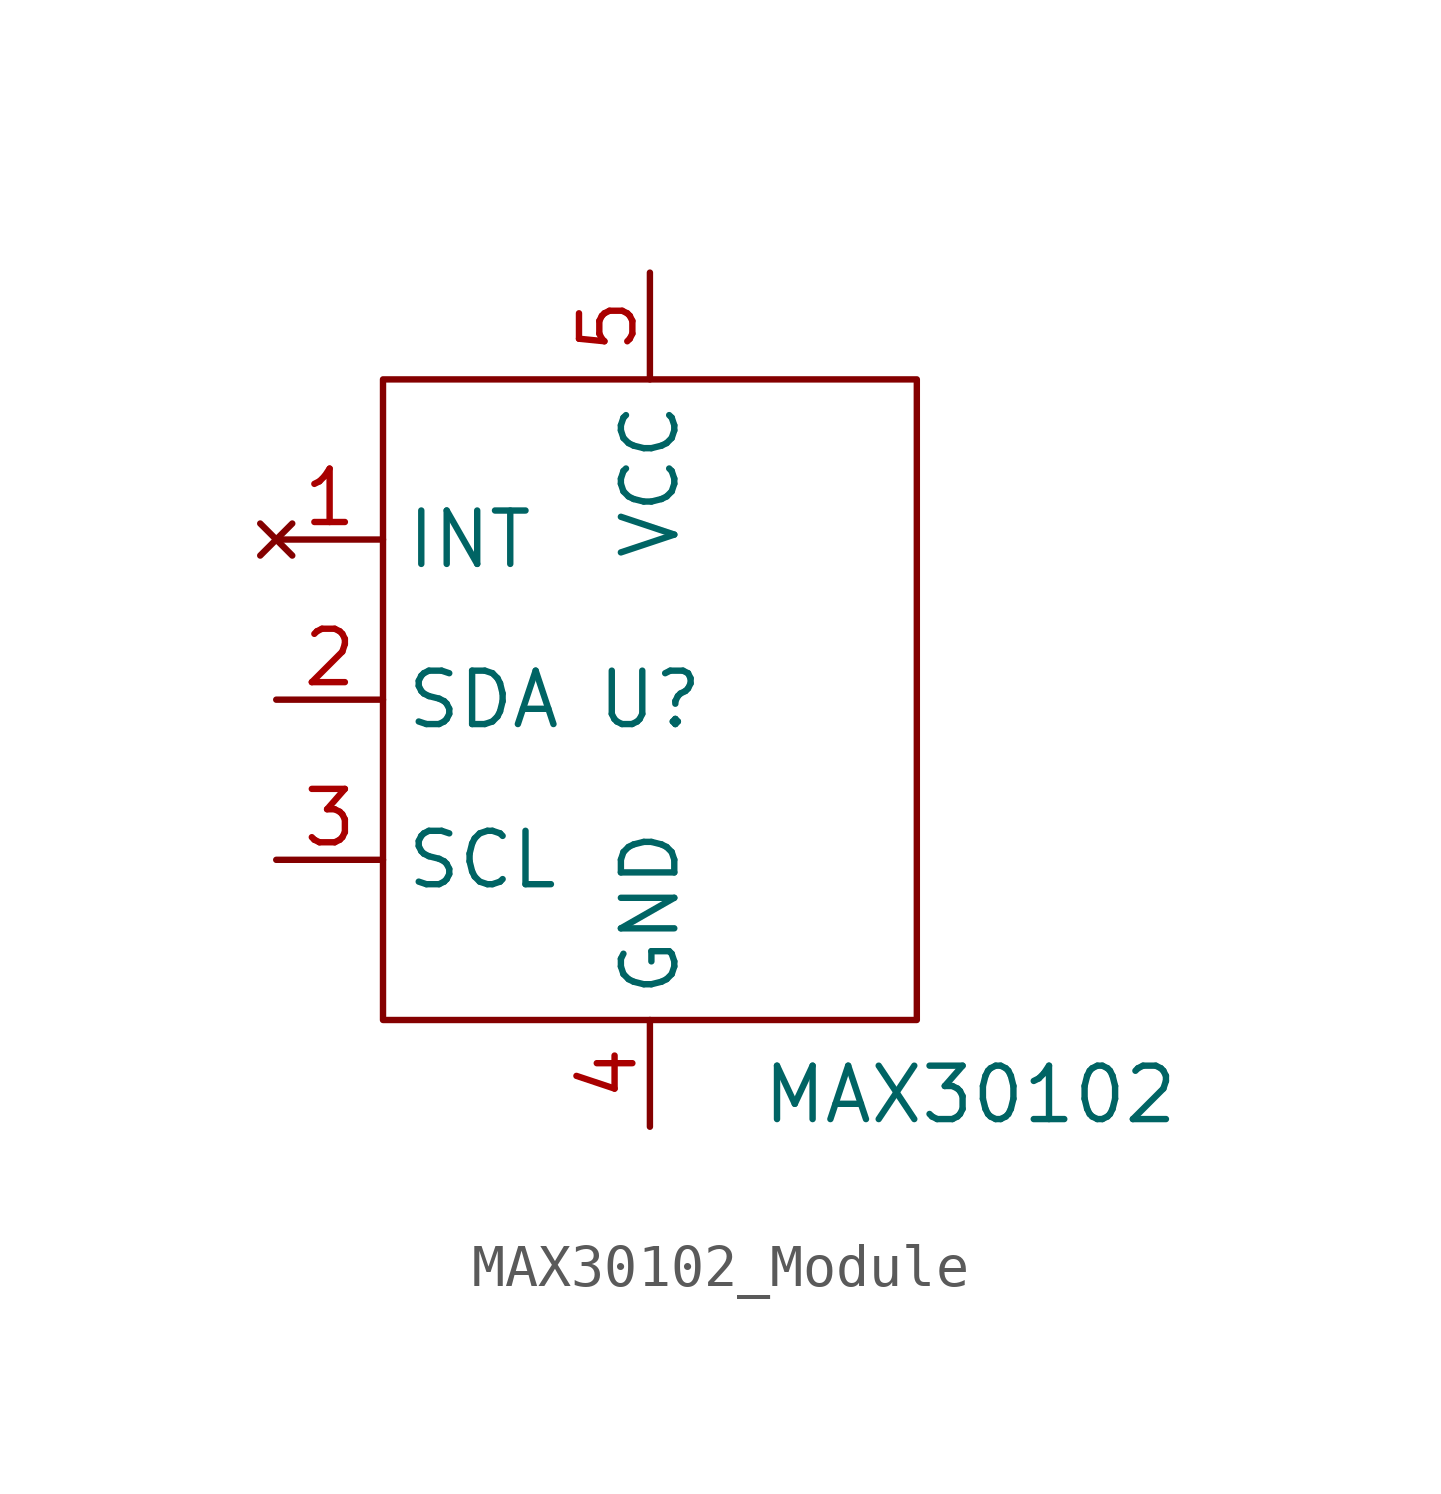
<source format=kicad_sym>
(kicad_symbol_lib
  (version 20231120)
  (generator "kicad_symbol_editor")
  (generator_version "8.0")
  (symbol "MAX30102_Module"
    (property "Reference" "U"
      (at 0 0 0)
      (effects (font (size 1.27 1.27))))
    (property "Value" "MAX30102"
      (at 7.62 -9.398 0)
      (effects (font (size 1.27 1.27))))
    (symbol "MAX30102_Module_0_1"
      (rectangle (start -6.35 7.62) (end 6.35 -7.62) (stroke (width 0) (type default)) (fill (type none))))
    (symbol "MAX30102_Module_1_1"
      (pin no_connect line (at -8.89 3.81 0) (length 2.54) (name "INT" (effects (font (size 1.27 1.27)))) (number "1" (effects (font (size 1.27 1.27)))))
      (pin bidirectional line (at -8.89 0 0) (length 2.54) (name "SDA" (effects (font (size 1.27 1.27)))) (number "2" (effects (font (size 1.27 1.27)))))
      (pin input line (at -8.89 -3.81 0) (length 2.54) (name "SCL" (effects (font (size 1.27 1.27)))) (number "3" (effects (font (size 1.27 1.27)))))
      (pin power_in line (at 0 -10.16 90) (length 2.54) (name "GND" (effects (font (size 1.27 1.27)))) (number "4" (effects (font (size 1.27 1.27)))))
      (pin power_in line (at 0 10.16 270) (length 2.54) (name "VCC" (effects (font (size 1.27 1.27)))) (number "5" (effects (font (size 1.27 1.27))))))))
</source>
